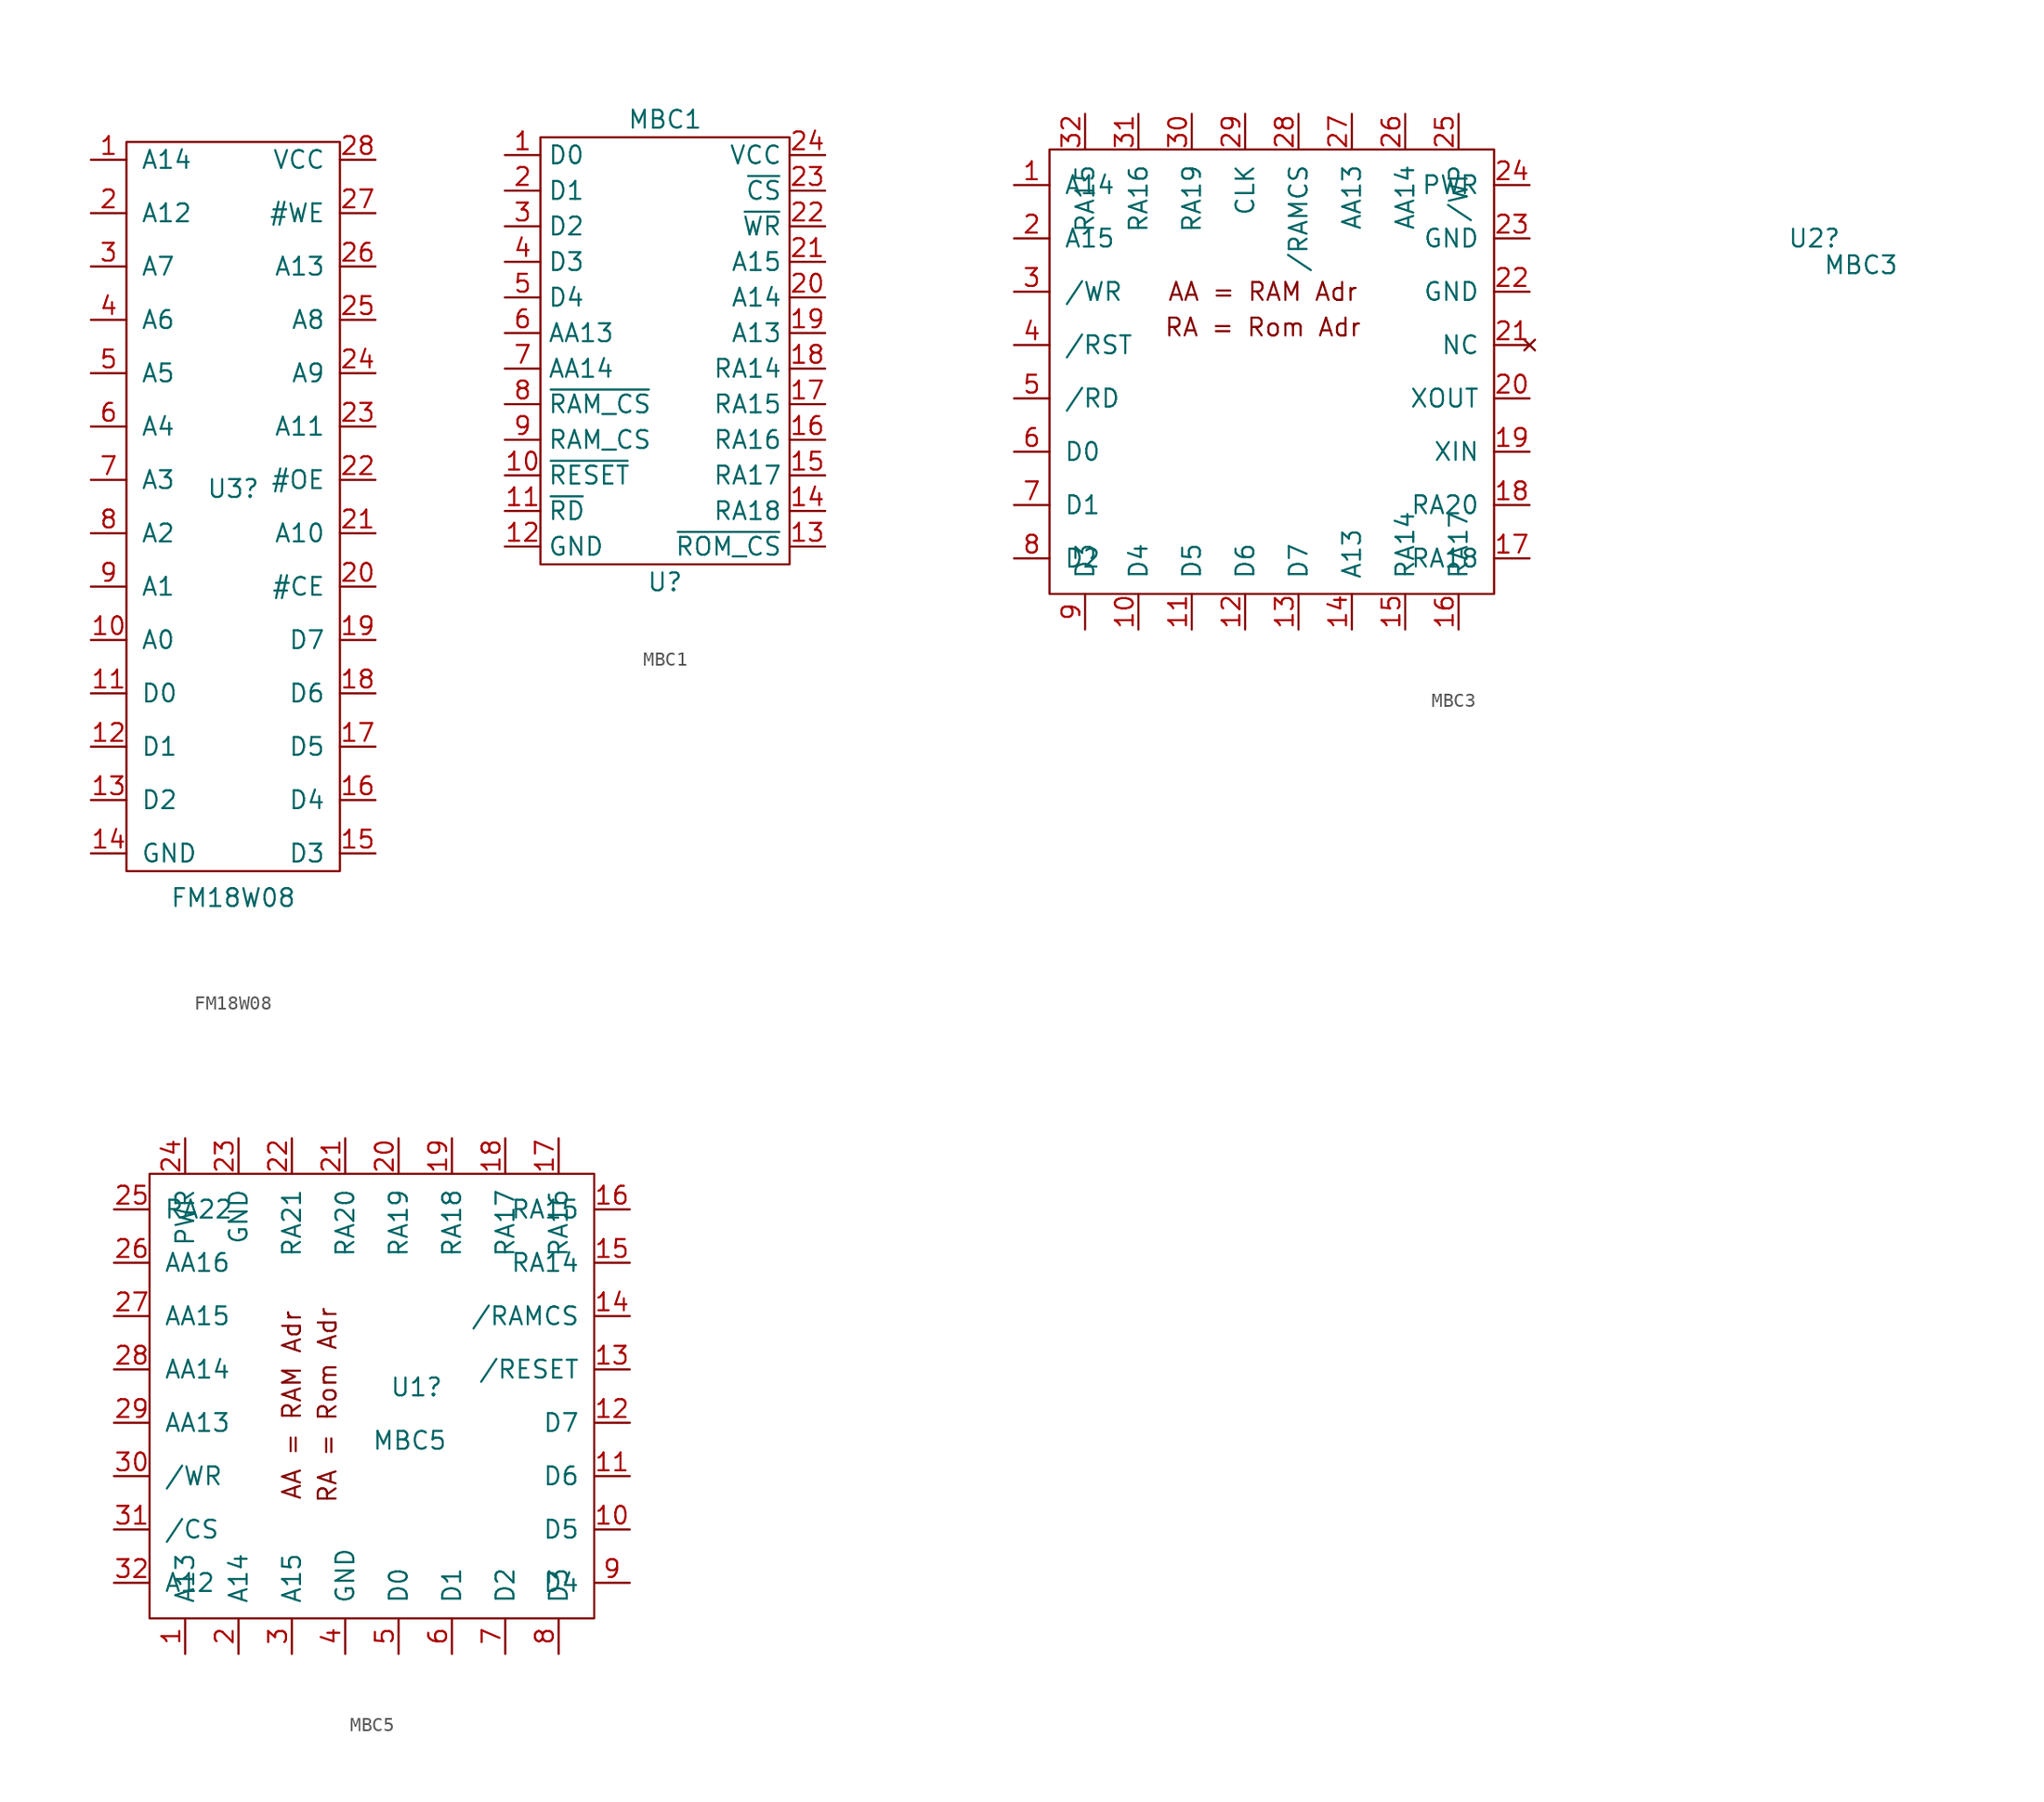
<source format=kicad_sym>
(kicad_symbol_lib
  (version 20211014)
  (generator kicad_symbol_editor)
  (symbol "FM18W08"
    (pin_names
      (offset 1.016))
    (property "Reference" "U3"
      (at 0 4.445 0)
      (effects (font (size 1.27 1.27))))
    (property "Value" "FM18W08"
      (at 0 -24.765 0)
      (effects (font (size 1.27 1.27))))
    (symbol "FM18W08_0_1"
      (rectangle (start -7.62 29.21) (end 7.62 -22.86) (stroke (width 0) (type default) (color 0 0 0 0)) (fill (type none))))
    (symbol "FM18W08_1_1"
      (pin unspecified line (at -10.16 27.94 0) (length 2.54) (name "A14" (effects (font (size 1.27 1.27)))) (number "1" (effects (font (size 1.27 1.27)))))
      (pin unspecified line (at -10.16 -6.35 0) (length 2.54) (name "A0" (effects (font (size 1.27 1.27)))) (number "10" (effects (font (size 1.27 1.27)))))
      (pin unspecified line (at -10.16 -10.16 0) (length 2.54) (name "D0" (effects (font (size 1.27 1.27)))) (number "11" (effects (font (size 1.27 1.27)))))
      (pin unspecified line (at -10.16 -13.97 0) (length 2.54) (name "D1" (effects (font (size 1.27 1.27)))) (number "12" (effects (font (size 1.27 1.27)))))
      (pin unspecified line (at -10.16 -17.78 0) (length 2.54) (name "D2" (effects (font (size 1.27 1.27)))) (number "13" (effects (font (size 1.27 1.27)))))
      (pin unspecified line (at -10.16 -21.59 0) (length 2.54) (name "GND" (effects (font (size 1.27 1.27)))) (number "14" (effects (font (size 1.27 1.27)))))
      (pin unspecified line (at 10.16 -21.59 180) (length 2.54) (name "D3" (effects (font (size 1.27 1.27)))) (number "15" (effects (font (size 1.27 1.27)))))
      (pin unspecified line (at 10.16 -17.78 180) (length 2.54) (name "D4" (effects (font (size 1.27 1.27)))) (number "16" (effects (font (size 1.27 1.27)))))
      (pin unspecified line (at 10.16 -13.97 180) (length 2.54) (name "D5" (effects (font (size 1.27 1.27)))) (number "17" (effects (font (size 1.27 1.27)))))
      (pin unspecified line (at 10.16 -10.16 180) (length 2.54) (name "D6" (effects (font (size 1.27 1.27)))) (number "18" (effects (font (size 1.27 1.27)))))
      (pin unspecified line (at 10.16 -6.35 180) (length 2.54) (name "D7" (effects (font (size 1.27 1.27)))) (number "19" (effects (font (size 1.27 1.27)))))
      (pin unspecified line (at -10.16 24.13 0) (length 2.54) (name "A12" (effects (font (size 1.27 1.27)))) (number "2" (effects (font (size 1.27 1.27)))))
      (pin unspecified line (at 10.16 -2.54 180) (length 2.54) (name "#CE" (effects (font (size 1.27 1.27)))) (number "20" (effects (font (size 1.27 1.27)))))
      (pin unspecified line (at 10.16 1.27 180) (length 2.54) (name "A10" (effects (font (size 1.27 1.27)))) (number "21" (effects (font (size 1.27 1.27)))))
      (pin unspecified line (at 10.16 5.08 180) (length 2.54) (name "#OE" (effects (font (size 1.27 1.27)))) (number "22" (effects (font (size 1.27 1.27)))))
      (pin unspecified line (at 10.16 8.89 180) (length 2.54) (name "A11" (effects (font (size 1.27 1.27)))) (number "23" (effects (font (size 1.27 1.27)))))
      (pin unspecified line (at 10.16 12.7 180) (length 2.54) (name "A9" (effects (font (size 1.27 1.27)))) (number "24" (effects (font (size 1.27 1.27)))))
      (pin unspecified line (at 10.16 16.51 180) (length 2.54) (name "A8" (effects (font (size 1.27 1.27)))) (number "25" (effects (font (size 1.27 1.27)))))
      (pin unspecified line (at 10.16 20.32 180) (length 2.54) (name "A13" (effects (font (size 1.27 1.27)))) (number "26" (effects (font (size 1.27 1.27)))))
      (pin unspecified line (at 10.16 24.13 180) (length 2.54) (name "#WE" (effects (font (size 1.27 1.27)))) (number "27" (effects (font (size 1.27 1.27)))))
      (pin unspecified line (at 10.16 27.94 180) (length 2.54) (name "VCC" (effects (font (size 1.27 1.27)))) (number "28" (effects (font (size 1.27 1.27)))))
      (pin unspecified line (at -10.16 20.32 0) (length 2.54) (name "A7" (effects (font (size 1.27 1.27)))) (number "3" (effects (font (size 1.27 1.27)))))
      (pin unspecified line (at -10.16 16.51 0) (length 2.54) (name "A6" (effects (font (size 1.27 1.27)))) (number "4" (effects (font (size 1.27 1.27)))))
      (pin unspecified line (at -10.16 12.7 0) (length 2.54) (name "A5" (effects (font (size 1.27 1.27)))) (number "5" (effects (font (size 1.27 1.27)))))
      (pin unspecified line (at -10.16 8.89 0) (length 2.54) (name "A4" (effects (font (size 1.27 1.27)))) (number "6" (effects (font (size 1.27 1.27)))))
      (pin unspecified line (at -10.16 5.08 0) (length 2.54) (name "A3" (effects (font (size 1.27 1.27)))) (number "7" (effects (font (size 1.27 1.27)))))
      (pin unspecified line (at -10.16 1.27 0) (length 2.54) (name "A2" (effects (font (size 1.27 1.27)))) (number "8" (effects (font (size 1.27 1.27)))))
      (pin unspecified line (at -10.16 -2.54 0) (length 2.54) (name "A1" (effects (font (size 1.27 1.27)))) (number "9" (effects (font (size 1.27 1.27)))))))
  (symbol "MBC1"
    (property "Reference" "U"
      (at 0 -19.05 0)
      (effects (font (size 1.27 1.27))))
    (property "Value" "MBC1"
      (at 0 13.97 0)
      (effects (font (size 1.27 1.27))))
    (symbol "MBC1_0_1"
      (rectangle (start -8.89 12.7) (end 8.89 -17.78) (stroke (width 0.152) (type default) (color 0 0 0 0)) (fill (type none))))
    (symbol "MBC1_1_1"
      (pin input line (at -11.43 11.43 0) (length 2.54) (name "D0" (effects (font (size 1.27 1.27)))) (number "1" (effects (font (size 1.27 1.27)))))
      (pin input line (at -11.43 -11.43 0) (length 2.54) (name "~{RESET}" (effects (font (size 1.27 1.27)))) (number "10" (effects (font (size 1.27 1.27)))))
      (pin input line (at -11.43 -13.97 0) (length 2.54) (name "~{RD}" (effects (font (size 1.27 1.27)))) (number "11" (effects (font (size 1.27 1.27)))))
      (pin input line (at -11.43 -16.51 0) (length 2.54) (name "GND" (effects (font (size 1.27 1.27)))) (number "12" (effects (font (size 1.27 1.27)))))
      (pin input line (at 11.43 -16.51 180) (length 2.54) (name "~{ROM_CS}" (effects (font (size 1.27 1.27)))) (number "13" (effects (font (size 1.27 1.27)))))
      (pin input line (at 11.43 -13.97 180) (length 2.54) (name "RA18" (effects (font (size 1.27 1.27)))) (number "14" (effects (font (size 1.27 1.27)))))
      (pin input line (at 11.43 -11.43 180) (length 2.54) (name "RA17" (effects (font (size 1.27 1.27)))) (number "15" (effects (font (size 1.27 1.27)))))
      (pin input line (at 11.43 -8.89 180) (length 2.54) (name "RA16" (effects (font (size 1.27 1.27)))) (number "16" (effects (font (size 1.27 1.27)))))
      (pin input line (at 11.43 -6.35 180) (length 2.54) (name "RA15" (effects (font (size 1.27 1.27)))) (number "17" (effects (font (size 1.27 1.27)))))
      (pin input line (at 11.43 -3.81 180) (length 2.54) (name "RA14" (effects (font (size 1.27 1.27)))) (number "18" (effects (font (size 1.27 1.27)))))
      (pin input line (at 11.43 -1.27 180) (length 2.54) (name "A13" (effects (font (size 1.27 1.27)))) (number "19" (effects (font (size 1.27 1.27)))))
      (pin input line (at -11.43 8.89 0) (length 2.54) (name "D1" (effects (font (size 1.27 1.27)))) (number "2" (effects (font (size 1.27 1.27)))))
      (pin input line (at 11.43 1.27 180) (length 2.54) (name "A14" (effects (font (size 1.27 1.27)))) (number "20" (effects (font (size 1.27 1.27)))))
      (pin input line (at 11.43 3.81 180) (length 2.54) (name "A15" (effects (font (size 1.27 1.27)))) (number "21" (effects (font (size 1.27 1.27)))))
      (pin input line (at 11.43 6.35 180) (length 2.54) (name "~{WR}" (effects (font (size 1.27 1.27)))) (number "22" (effects (font (size 1.27 1.27)))))
      (pin input line (at 11.43 8.89 180) (length 2.54) (name "~{CS}" (effects (font (size 1.27 1.27)))) (number "23" (effects (font (size 1.27 1.27)))))
      (pin input line (at 11.43 11.43 180) (length 2.54) (name "VCC" (effects (font (size 1.27 1.27)))) (number "24" (effects (font (size 1.27 1.27)))))
      (pin input line (at -11.43 6.35 0) (length 2.54) (name "D2" (effects (font (size 1.27 1.27)))) (number "3" (effects (font (size 1.27 1.27)))))
      (pin input line (at -11.43 3.81 0) (length 2.54) (name "D3" (effects (font (size 1.27 1.27)))) (number "4" (effects (font (size 1.27 1.27)))))
      (pin input line (at -11.43 1.27 0) (length 2.54) (name "D4" (effects (font (size 1.27 1.27)))) (number "5" (effects (font (size 1.27 1.27)))))
      (pin input line (at -11.43 -1.27 0) (length 2.54) (name "AA13" (effects (font (size 1.27 1.27)))) (number "6" (effects (font (size 1.27 1.27)))))
      (pin input line (at -11.43 -3.81 0) (length 2.54) (name "AA14" (effects (font (size 1.27 1.27)))) (number "7" (effects (font (size 1.27 1.27)))))
      (pin input line (at -11.43 -6.35 0) (length 2.54) (name "~{RAM_CS}" (effects (font (size 1.27 1.27)))) (number "8" (effects (font (size 1.27 1.27)))))
      (pin input line (at -11.43 -8.89 0) (length 2.54) (name "RAM_CS" (effects (font (size 1.27 1.27)))) (number "9" (effects (font (size 1.27 1.27)))))))
  (symbol "MBC3"
    (pin_names
      (offset 1.016))
    (property "Reference" "U2"
      (at 24.765 -12.7 0)
      (effects (font (size 1.27 1.27)) (justify left)))
    (property "Value" "MBC3"
      (at 27.305 -14.605 0)
      (effects (font (size 1.27 1.27)) (justify left)))
    (symbol "MBC3_0_0"
      (text "AA = RAM Adr" (at -12.7 -16.51 0) (effects (font (size 1.27 1.27))))
      (text "RA = Rom Adr" (at -12.7 -19.05 0) (effects (font (size 1.27 1.27)))))
    (symbol "MBC3_1_1"
      (rectangle (start 3.81 -6.35) (end -27.94 -38.1) (stroke (width 0) (type default) (color 0 0 0 0)) (fill (type none)))
      (pin unspecified line (at -30.48 -8.89 0) (length 2.54) (name "A14" (effects (font (size 1.27 1.27)))) (number "1" (effects (font (size 1.27 1.27)))))
      (pin unspecified line (at -21.59 -40.64 90) (length 2.54) (name "D4" (effects (font (size 1.27 1.27)))) (number "10" (effects (font (size 1.27 1.27)))))
      (pin unspecified line (at -17.78 -40.64 90) (length 2.54) (name "D5" (effects (font (size 1.27 1.27)))) (number "11" (effects (font (size 1.27 1.27)))))
      (pin unspecified line (at -13.97 -40.64 90) (length 2.54) (name "D6" (effects (font (size 1.27 1.27)))) (number "12" (effects (font (size 1.27 1.27)))))
      (pin unspecified line (at -10.16 -40.64 90) (length 2.54) (name "D7" (effects (font (size 1.27 1.27)))) (number "13" (effects (font (size 1.27 1.27)))))
      (pin unspecified line (at -6.35 -40.64 90) (length 2.54) (name "A13" (effects (font (size 1.27 1.27)))) (number "14" (effects (font (size 1.27 1.27)))))
      (pin unspecified line (at -2.54 -40.64 90) (length 2.54) (name "RA14" (effects (font (size 1.27 1.27)))) (number "15" (effects (font (size 1.27 1.27)))))
      (pin unspecified line (at 1.27 -40.64 90) (length 2.54) (name "RA17" (effects (font (size 1.27 1.27)))) (number "16" (effects (font (size 1.27 1.27)))))
      (pin unspecified line (at 6.35 -35.56 180) (length 2.54) (name "RA18" (effects (font (size 1.27 1.27)))) (number "17" (effects (font (size 1.27 1.27)))))
      (pin unspecified line (at 6.35 -31.75 180) (length 2.54) (name "RA20" (effects (font (size 1.27 1.27)))) (number "18" (effects (font (size 1.27 1.27)))))
      (pin unspecified line (at 6.35 -27.94 180) (length 2.54) (name "XIN" (effects (font (size 1.27 1.27)))) (number "19" (effects (font (size 1.27 1.27)))))
      (pin unspecified line (at -30.48 -12.7 0) (length 2.54) (name "A15" (effects (font (size 1.27 1.27)))) (number "2" (effects (font (size 1.27 1.27)))))
      (pin unspecified line (at 6.35 -24.13 180) (length 2.54) (name "XOUT" (effects (font (size 1.27 1.27)))) (number "20" (effects (font (size 1.27 1.27)))))
      (pin no_connect line (at 6.35 -20.32 180) (length 2.54) (name "NC" (effects (font (size 1.27 1.27)))) (number "21" (effects (font (size 1.27 1.27)))))
      (pin unspecified line (at 6.35 -16.51 180) (length 2.54) (name "GND" (effects (font (size 1.27 1.27)))) (number "22" (effects (font (size 1.27 1.27)))))
      (pin unspecified line (at 6.35 -12.7 180) (length 2.54) (name "GND" (effects (font (size 1.27 1.27)))) (number "23" (effects (font (size 1.27 1.27)))))
      (pin unspecified line (at 6.35 -8.89 180) (length 2.54) (name "PWR" (effects (font (size 1.27 1.27)))) (number "24" (effects (font (size 1.27 1.27)))))
      (pin unspecified line (at 1.27 -3.81 270) (length 2.54) (name "/WP" (effects (font (size 1.27 1.27)))) (number "25" (effects (font (size 1.27 1.27)))))
      (pin unspecified line (at -2.54 -3.81 270) (length 2.54) (name "AA14" (effects (font (size 1.27 1.27)))) (number "26" (effects (font (size 1.27 1.27)))))
      (pin unspecified line (at -6.35 -3.81 270) (length 2.54) (name "AA13" (effects (font (size 1.27 1.27)))) (number "27" (effects (font (size 1.27 1.27)))))
      (pin unspecified line (at -10.16 -3.81 270) (length 2.54) (name "/RAMCS" (effects (font (size 1.27 1.27)))) (number "28" (effects (font (size 1.27 1.27)))))
      (pin unspecified line (at -13.97 -3.81 270) (length 2.54) (name "CLK" (effects (font (size 1.27 1.27)))) (number "29" (effects (font (size 1.27 1.27)))))
      (pin unspecified line (at -30.48 -16.51 0) (length 2.54) (name "/WR" (effects (font (size 1.27 1.27)))) (number "3" (effects (font (size 1.27 1.27)))))
      (pin unspecified line (at -17.78 -3.81 270) (length 2.54) (name "RA19" (effects (font (size 1.27 1.27)))) (number "30" (effects (font (size 1.27 1.27)))))
      (pin unspecified line (at -21.59 -3.81 270) (length 2.54) (name "RA16" (effects (font (size 1.27 1.27)))) (number "31" (effects (font (size 1.27 1.27)))))
      (pin unspecified line (at -25.4 -3.81 270) (length 2.54) (name "RA15" (effects (font (size 1.27 1.27)))) (number "32" (effects (font (size 1.27 1.27)))))
      (pin unspecified line (at -30.48 -20.32 0) (length 2.54) (name "/RST" (effects (font (size 1.27 1.27)))) (number "4" (effects (font (size 1.27 1.27)))))
      (pin unspecified line (at -30.48 -24.13 0) (length 2.54) (name "/RD" (effects (font (size 1.27 1.27)))) (number "5" (effects (font (size 1.27 1.27)))))
      (pin unspecified line (at -30.48 -27.94 0) (length 2.54) (name "D0" (effects (font (size 1.27 1.27)))) (number "6" (effects (font (size 1.27 1.27)))))
      (pin unspecified line (at -30.48 -31.75 0) (length 2.54) (name "D1" (effects (font (size 1.27 1.27)))) (number "7" (effects (font (size 1.27 1.27)))))
      (pin unspecified line (at -30.48 -35.56 0) (length 2.54) (name "D2" (effects (font (size 1.27 1.27)))) (number "8" (effects (font (size 1.27 1.27)))))
      (pin unspecified line (at -25.4 -40.64 90) (length 2.54) (name "D3" (effects (font (size 1.27 1.27)))) (number "9" (effects (font (size 1.27 1.27)))))))
  (symbol "MBC5"
    (pin_names
      (offset 1.016))
    (property "Reference" "U1"
      (at -22.225 -29.21 0)
      (effects (font (size 1.27 1.27)) (justify left)))
    (property "Value" "MBC5"
      (at -23.495 -33.02 0)
      (effects (font (size 1.27 1.27)) (justify left)))
    (symbol "MBC5_0_0"
      (text "AA = RAM Adr" (at -29.21 -30.48 900) (effects (font (size 1.27 1.27))))
      (text "RA = Rom Adr" (at -26.67 -30.48 900) (effects (font (size 1.27 1.27)))))
    (symbol "MBC5_1_1"
      (rectangle (start -39.37 -13.97) (end -7.62 -45.72) (stroke (width 0) (type default) (color 0 0 0 0)) (fill (type none)))
      (pin unspecified line (at -36.83 -48.26 90) (length 2.54) (name "A13" (effects (font (size 1.27 1.27)))) (number "1" (effects (font (size 1.27 1.27)))))
      (pin unspecified line (at -5.08 -39.37 180) (length 2.54) (name "D5" (effects (font (size 1.27 1.27)))) (number "10" (effects (font (size 1.27 1.27)))))
      (pin unspecified line (at -5.08 -35.56 180) (length 2.54) (name "D6" (effects (font (size 1.27 1.27)))) (number "11" (effects (font (size 1.27 1.27)))))
      (pin unspecified line (at -5.08 -31.75 180) (length 2.54) (name "D7" (effects (font (size 1.27 1.27)))) (number "12" (effects (font (size 1.27 1.27)))))
      (pin unspecified line (at -5.08 -27.94 180) (length 2.54) (name "/RESET" (effects (font (size 1.27 1.27)))) (number "13" (effects (font (size 1.27 1.27)))))
      (pin unspecified line (at -5.08 -24.13 180) (length 2.54) (name "/RAMCS" (effects (font (size 1.27 1.27)))) (number "14" (effects (font (size 1.27 1.27)))))
      (pin unspecified line (at -5.08 -20.32 180) (length 2.54) (name "RA14" (effects (font (size 1.27 1.27)))) (number "15" (effects (font (size 1.27 1.27)))))
      (pin unspecified line (at -5.08 -16.51 180) (length 2.54) (name "RA15" (effects (font (size 1.27 1.27)))) (number "16" (effects (font (size 1.27 1.27)))))
      (pin unspecified line (at -10.16 -11.43 270) (length 2.54) (name "RA16" (effects (font (size 1.27 1.27)))) (number "17" (effects (font (size 1.27 1.27)))))
      (pin unspecified line (at -13.97 -11.43 270) (length 2.54) (name "RA17" (effects (font (size 1.27 1.27)))) (number "18" (effects (font (size 1.27 1.27)))))
      (pin unspecified line (at -17.78 -11.43 270) (length 2.54) (name "RA18" (effects (font (size 1.27 1.27)))) (number "19" (effects (font (size 1.27 1.27)))))
      (pin unspecified line (at -33.02 -48.26 90) (length 2.54) (name "A14" (effects (font (size 1.27 1.27)))) (number "2" (effects (font (size 1.27 1.27)))))
      (pin unspecified line (at -21.59 -11.43 270) (length 2.54) (name "RA19" (effects (font (size 1.27 1.27)))) (number "20" (effects (font (size 1.27 1.27)))))
      (pin unspecified line (at -25.4 -11.43 270) (length 2.54) (name "RA20" (effects (font (size 1.27 1.27)))) (number "21" (effects (font (size 1.27 1.27)))))
      (pin unspecified line (at -29.21 -11.43 270) (length 2.54) (name "RA21" (effects (font (size 1.27 1.27)))) (number "22" (effects (font (size 1.27 1.27)))))
      (pin unspecified line (at -33.02 -11.43 270) (length 2.54) (name "GND" (effects (font (size 1.27 1.27)))) (number "23" (effects (font (size 1.27 1.27)))))
      (pin unspecified line (at -36.83 -11.43 270) (length 2.54) (name "PWR" (effects (font (size 1.27 1.27)))) (number "24" (effects (font (size 1.27 1.27)))))
      (pin unspecified line (at -41.91 -16.51 0) (length 2.54) (name "RA22" (effects (font (size 1.27 1.27)))) (number "25" (effects (font (size 1.27 1.27)))))
      (pin unspecified line (at -41.91 -20.32 0) (length 2.54) (name "AA16" (effects (font (size 1.27 1.27)))) (number "26" (effects (font (size 1.27 1.27)))))
      (pin unspecified line (at -41.91 -24.13 0) (length 2.54) (name "AA15" (effects (font (size 1.27 1.27)))) (number "27" (effects (font (size 1.27 1.27)))))
      (pin unspecified line (at -41.91 -27.94 0) (length 2.54) (name "AA14" (effects (font (size 1.27 1.27)))) (number "28" (effects (font (size 1.27 1.27)))))
      (pin unspecified line (at -41.91 -31.75 0) (length 2.54) (name "AA13" (effects (font (size 1.27 1.27)))) (number "29" (effects (font (size 1.27 1.27)))))
      (pin unspecified line (at -29.21 -48.26 90) (length 2.54) (name "A15" (effects (font (size 1.27 1.27)))) (number "3" (effects (font (size 1.27 1.27)))))
      (pin unspecified line (at -41.91 -35.56 0) (length 2.54) (name "/WR" (effects (font (size 1.27 1.27)))) (number "30" (effects (font (size 1.27 1.27)))))
      (pin unspecified line (at -41.91 -39.37 0) (length 2.54) (name "/CS" (effects (font (size 1.27 1.27)))) (number "31" (effects (font (size 1.27 1.27)))))
      (pin unspecified line (at -41.91 -43.18 0) (length 2.54) (name "A12" (effects (font (size 1.27 1.27)))) (number "32" (effects (font (size 1.27 1.27)))))
      (pin unspecified line (at -25.4 -48.26 90) (length 2.54) (name "GND" (effects (font (size 1.27 1.27)))) (number "4" (effects (font (size 1.27 1.27)))))
      (pin unspecified line (at -21.59 -48.26 90) (length 2.54) (name "D0" (effects (font (size 1.27 1.27)))) (number "5" (effects (font (size 1.27 1.27)))))
      (pin unspecified line (at -17.78 -48.26 90) (length 2.54) (name "D1" (effects (font (size 1.27 1.27)))) (number "6" (effects (font (size 1.27 1.27)))))
      (pin unspecified line (at -13.97 -48.26 90) (length 2.54) (name "D2" (effects (font (size 1.27 1.27)))) (number "7" (effects (font (size 1.27 1.27)))))
      (pin unspecified line (at -10.16 -48.26 90) (length 2.54) (name "D3" (effects (font (size 1.27 1.27)))) (number "8" (effects (font (size 1.27 1.27)))))
      (pin unspecified line (at -5.08 -43.18 180) (length 2.54) (name "D4" (effects (font (size 1.27 1.27)))) (number "9" (effects (font (size 1.27 1.27))))))))
</source>
